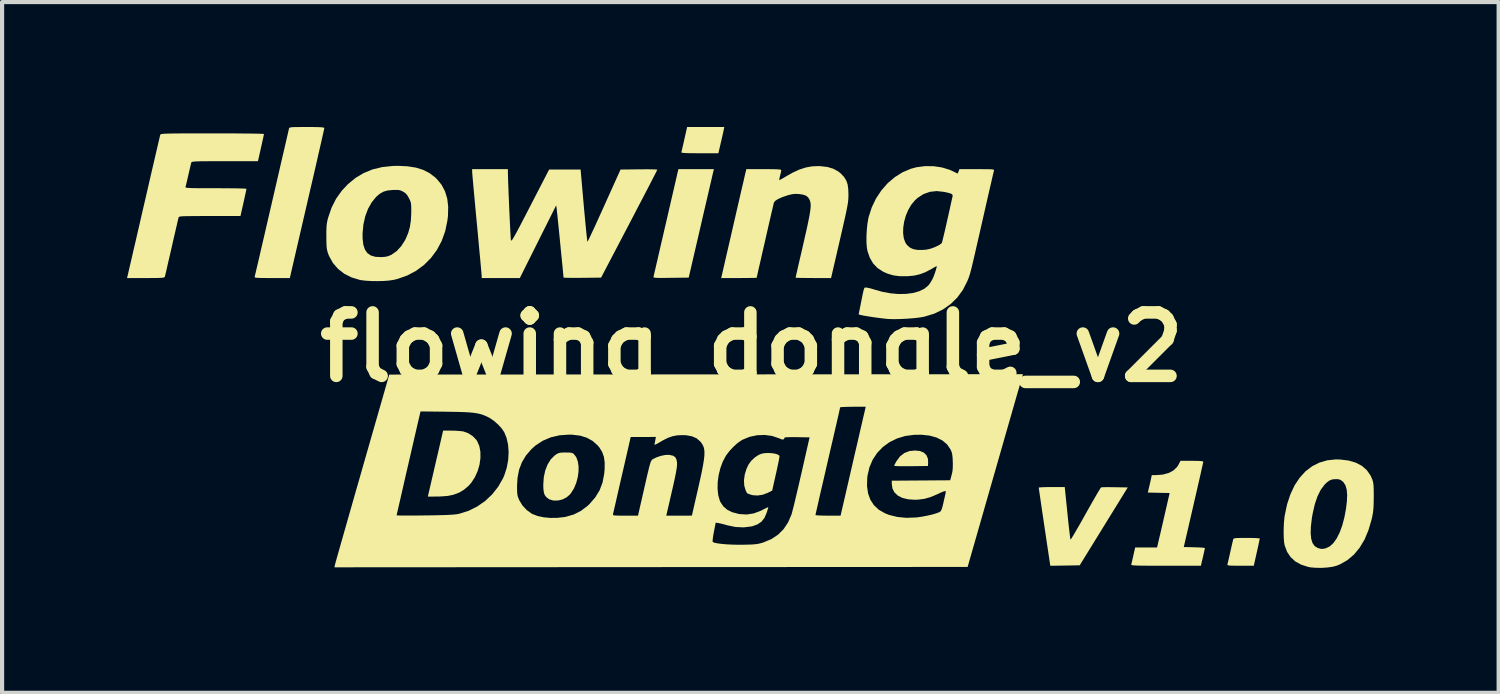
<source format=kicad_pcb>
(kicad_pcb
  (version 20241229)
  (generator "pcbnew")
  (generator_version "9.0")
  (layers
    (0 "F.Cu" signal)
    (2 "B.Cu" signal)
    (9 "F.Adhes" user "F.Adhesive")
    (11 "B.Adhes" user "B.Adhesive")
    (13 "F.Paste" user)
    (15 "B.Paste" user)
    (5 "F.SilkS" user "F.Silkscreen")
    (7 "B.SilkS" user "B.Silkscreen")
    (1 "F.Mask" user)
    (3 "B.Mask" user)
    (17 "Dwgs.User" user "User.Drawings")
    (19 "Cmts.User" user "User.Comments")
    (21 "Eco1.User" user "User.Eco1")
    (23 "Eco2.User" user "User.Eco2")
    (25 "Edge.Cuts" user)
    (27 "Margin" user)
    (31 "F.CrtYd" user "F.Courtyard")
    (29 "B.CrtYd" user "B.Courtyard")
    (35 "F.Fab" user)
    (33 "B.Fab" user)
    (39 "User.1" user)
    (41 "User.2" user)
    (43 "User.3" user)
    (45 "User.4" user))
  (footprint "flowing_dongle_v2"
    (layer "F.Cu")
    (at 15.004 5.286)
    (property "Reference" "flowing_dongle_v2" (at 0 0 0) (layer "F.SilkS") (effects (font (size 1.524 1.524) (thickness 0.3))))
    (attr board_only exclude_from_pos_files exclude_from_bom)
    (fp_poly (pts (xy 4.036 2.494) (xy 4.128 2.532) (xy 4.192 2.595) (xy 4.227 2.68) (xy 4.232 2.767) (xy 4.227 2.853) (xy 3.821 2.858) (xy 3.702 2.859) (xy 3.596 2.858) (xy 3.51 2.857) (xy 3.449 2.854) (xy 3.418 2.85) (xy 3.416 2.849) (xy 3.425 2.825) (xy 3.448 2.78) (xy 3.473 2.735) (xy 3.557 2.622) (xy 3.66 2.542) (xy 3.782 2.495) (xy 3.917 2.481)) (stroke (width 0) (type solid)) (fill yes) (layer "F.SilkS"))
    (fp_poly (pts (xy -0.675 -5.224) (xy -0.684 -5.182) (xy -0.699 -5.113) (xy -0.719 -5.024) (xy -0.742 -4.926) (xy -0.746 -4.909) (xy -0.805 -4.656) (xy -1.254 -4.656) (xy -1.402 -4.657) (xy -1.515 -4.658) (xy -1.597 -4.661) (xy -1.652 -4.665) (xy -1.683 -4.67) (xy -1.694 -4.677) (xy -1.694 -4.68) (xy -1.687 -4.706) (xy -1.674 -4.763) (xy -1.655 -4.842) (xy -1.633 -4.938) (xy -1.621 -4.995) (xy -1.555 -5.286) (xy -1.109 -5.286) (xy -0.663 -5.286)) (stroke (width 0) (type solid)) (fill yes) (layer "F.SilkS"))
    (fp_poly (pts (xy -7.124 2.006) (xy -7.031 2.012) (xy -6.955 2.02) (xy -6.928 2.024) (xy -6.811 2.066) (xy -6.704 2.136) (xy -6.618 2.224) (xy -6.597 2.255) (xy -6.545 2.374) (xy -6.519 2.512) (xy -6.518 2.663) (xy -6.54 2.82) (xy -6.585 2.975) (xy -6.651 3.122) (xy -6.737 3.254) (xy -6.801 3.327) (xy -6.911 3.421) (xy -7.029 3.492) (xy -7.162 3.542) (xy -7.316 3.573) (xy -7.497 3.586) (xy -7.569 3.587) (xy -7.781 3.588) (xy -7.72 3.325) (xy -7.699 3.234) (xy -7.671 3.114) (xy -7.638 2.973) (xy -7.603 2.82) (xy -7.567 2.663) (xy -7.536 2.533) (xy -7.414 2.004) (xy -7.219 2.004)) (stroke (width 0) (type solid)) (fill yes) (layer "F.SilkS"))
    (fp_poly (pts (xy -0.925 -4.222) (xy -0.932 -4.195) (xy -0.946 -4.134) (xy -0.967 -4.042) (xy -0.995 -3.922) (xy -1.028 -3.779) (xy -1.066 -3.614) (xy -1.109 -3.431) (xy -1.155 -3.233) (xy -1.203 -3.024) (xy -1.227 -2.92) (xy -1.517 -1.67) (xy -1.944 -1.665) (xy -2.082 -1.663) (xy -2.187 -1.663) (xy -2.262 -1.663) (xy -2.313 -1.666) (xy -2.344 -1.67) (xy -2.359 -1.677) (xy -2.363 -1.686) (xy -2.362 -1.693) (xy -2.356 -1.717) (xy -2.343 -1.775) (xy -2.322 -1.864) (xy -2.295 -1.981) (xy -2.262 -2.122) (xy -2.225 -2.285) (xy -2.183 -2.467) (xy -2.137 -2.664) (xy -2.089 -2.873) (xy -2.059 -3.001) (xy -1.765 -4.274) (xy -1.339 -4.275) (xy -0.913 -4.275)) (stroke (width 0) (type solid)) (fill yes) (layer "F.SilkS"))
    (fp_poly (pts (xy 0.474 2.545) (xy 0.553 2.557) (xy 0.617 2.576) (xy 0.655 2.601) (xy 0.663 2.615) (xy 0.66 2.641) (xy 0.65 2.699) (xy 0.634 2.782) (xy 0.612 2.884) (xy 0.587 3.001) (xy 0.577 3.044) (xy 0.487 3.445) (xy 0.378 3.499) (xy 0.26 3.543) (xy 0.138 3.562) (xy 0.024 3.555) (xy -0.029 3.541) (xy -0.077 3.523) (xy -0.107 3.513) (xy -0.111 3.512) (xy -0.121 3.496) (xy -0.141 3.456) (xy -0.153 3.43) (xy -0.184 3.321) (xy -0.19 3.193) (xy -0.171 3.056) (xy -0.128 2.918) (xy -0.081 2.819) (xy -0.016 2.729) (xy 0.07 2.648) (xy 0.164 2.586) (xy 0.228 2.56) (xy 0.303 2.545) (xy 0.388 2.541)) (stroke (width 0) (type solid)) (fill yes) (layer "F.SilkS"))
    (fp_poly (pts (xy -4.391 2.53) (xy -4.336 2.536) (xy -4.299 2.549) (xy -4.274 2.567) (xy -4.217 2.642) (xy -4.18 2.742) (xy -4.162 2.861) (xy -4.163 2.992) (xy -4.182 3.128) (xy -4.219 3.263) (xy -4.272 3.39) (xy -4.342 3.502) (xy -4.371 3.538) (xy -4.454 3.609) (xy -4.553 3.658) (xy -4.66 3.683) (xy -4.765 3.683) (xy -4.859 3.656) (xy -4.887 3.639) (xy -4.94 3.597) (xy -4.976 3.547) (xy -4.997 3.482) (xy -5.007 3.393) (xy -5.009 3.301) (xy -4.997 3.124) (xy -4.961 2.959) (xy -4.904 2.814) (xy -4.828 2.692) (xy -4.734 2.599) (xy -4.711 2.582) (xy -4.666 2.555) (xy -4.623 2.539) (xy -4.571 2.531) (xy -4.496 2.529) (xy -4.474 2.529)) (stroke (width 0) (type solid)) (fill yes) (layer "F.SilkS"))
    (fp_poly (pts (xy 11.985 4.581) (xy 12.075 4.583) (xy 12.144 4.587) (xy 12.185 4.591) (xy 12.194 4.594) (xy 12.19 4.617) (xy 12.179 4.67) (xy 12.163 4.748) (xy 12.142 4.844) (xy 12.123 4.928) (xy 12.051 5.248) (xy 11.73 5.248) (xy 11.613 5.248) (xy 11.528 5.246) (xy 11.471 5.244) (xy 11.438 5.239) (xy 11.421 5.232) (xy 11.417 5.222) (xy 11.419 5.215) (xy 11.426 5.184) (xy 11.44 5.125) (xy 11.459 5.044) (xy 11.48 4.948) (xy 11.488 4.914) (xy 11.51 4.816) (xy 11.53 4.728) (xy 11.546 4.661) (xy 11.555 4.62) (xy 11.557 4.613) (xy 11.564 4.601) (xy 11.58 4.592) (xy 11.611 4.586) (xy 11.662 4.582) (xy 11.738 4.581) (xy 11.846 4.58) (xy 11.881 4.58)) (stroke (width 0) (type solid)) (fill yes) (layer "F.SilkS"))
    (fp_poly (pts (xy 7.576 3.984) (xy 7.591 4.134) (xy 7.606 4.272) (xy 7.62 4.394) (xy 7.632 4.494) (xy 7.641 4.568) (xy 7.648 4.611) (xy 7.651 4.621) (xy 7.662 4.608) (xy 7.69 4.565) (xy 7.732 4.496) (xy 7.786 4.403) (xy 7.851 4.292) (xy 7.923 4.165) (xy 8.001 4.026) (xy 8.013 4.004) (xy 8.093 3.862) (xy 8.167 3.731) (xy 8.234 3.615) (xy 8.291 3.516) (xy 8.337 3.44) (xy 8.369 3.388) (xy 8.385 3.367) (xy 8.386 3.366) (xy 8.412 3.364) (xy 8.468 3.362) (xy 8.55 3.361) (xy 8.648 3.362) (xy 8.717 3.363) (xy 9.025 3.368) (xy 7.871 5.238) (xy 7.518 5.244) (xy 7.165 5.249) (xy 7.026 4.318) (xy 6.999 4.134) (xy 6.973 3.962) (xy 6.95 3.804) (xy 6.93 3.666) (xy 6.913 3.55) (xy 6.9 3.46) (xy 6.891 3.4) (xy 6.888 3.374) (xy 6.888 3.373) (xy 6.906 3.368) (xy 6.957 3.364) (xy 7.032 3.361) (xy 7.127 3.359) (xy 7.2 3.359) (xy 7.512 3.359)) (stroke (width 0) (type solid)) (fill yes) (layer "F.SilkS"))
    (fp_poly (pts (xy -10.542 -5.286) (xy -10.433 -5.284) (xy -10.354 -5.281) (xy -10.303 -5.276) (xy -10.275 -5.27) (xy -10.267 -5.262) (xy -10.271 -5.241) (xy -10.283 -5.184) (xy -10.303 -5.096) (xy -10.329 -4.979) (xy -10.362 -4.834) (xy -10.401 -4.665) (xy -10.444 -4.475) (xy -10.492 -4.265) (xy -10.544 -4.039) (xy -10.6 -3.799) (xy -10.658 -3.548) (xy -10.681 -3.449) (xy -11.095 -1.66) (xy -11.522 -1.66) (xy -11.66 -1.66) (xy -11.765 -1.661) (xy -11.84 -1.663) (xy -11.891 -1.666) (xy -11.921 -1.671) (xy -11.936 -1.677) (xy -11.94 -1.687) (xy -11.938 -1.694) (xy -11.933 -1.717) (xy -11.919 -1.774) (xy -11.898 -1.864) (xy -11.87 -1.983) (xy -11.836 -2.128) (xy -11.797 -2.297) (xy -11.753 -2.488) (xy -11.704 -2.698) (xy -11.652 -2.923) (xy -11.597 -3.162) (xy -11.539 -3.412) (xy -11.527 -3.464) (xy -11.469 -3.715) (xy -11.413 -3.957) (xy -11.36 -4.186) (xy -11.311 -4.4) (xy -11.266 -4.595) (xy -11.225 -4.77) (xy -11.19 -4.922) (xy -11.161 -5.047) (xy -11.139 -5.144) (xy -11.124 -5.21) (xy -11.116 -5.241) (xy -11.116 -5.243) (xy -11.112 -5.257) (xy -11.104 -5.268) (xy -11.087 -5.275) (xy -11.057 -5.28) (xy -11.008 -5.284) (xy -10.936 -5.285) (xy -10.837 -5.286) (xy -10.704 -5.286) (xy -10.686 -5.286)) (stroke (width 0) (type solid)) (fill yes) (layer "F.SilkS"))
    (fp_poly (pts (xy 10.679 2.73) (xy 10.759 2.733) (xy 10.809 2.738) (xy 10.834 2.746) (xy 10.838 2.753) (xy 10.834 2.775) (xy 10.822 2.832) (xy 10.802 2.918) (xy 10.777 3.032) (xy 10.746 3.168) (xy 10.71 3.324) (xy 10.671 3.497) (xy 10.628 3.682) (xy 10.604 3.788) (xy 10.37 4.799) (xy 10.624 4.805) (xy 10.717 4.808) (xy 10.795 4.812) (xy 10.85 4.817) (xy 10.876 4.823) (xy 10.877 4.824) (xy 10.873 4.848) (xy 10.862 4.899) (xy 10.846 4.969) (xy 10.839 5) (xy 10.821 5.079) (xy 10.804 5.148) (xy 10.793 5.196) (xy 10.791 5.205) (xy 10.781 5.248) (xy 9.941 5.248) (xy 9.74 5.248) (xy 9.573 5.248) (xy 9.439 5.247) (xy 9.333 5.246) (xy 9.251 5.244) (xy 9.192 5.241) (xy 9.152 5.238) (xy 9.126 5.234) (xy 9.113 5.228) (xy 9.109 5.221) (xy 9.11 5.215) (xy 9.118 5.182) (xy 9.132 5.123) (xy 9.15 5.045) (xy 9.161 4.995) (xy 9.203 4.809) (xy 9.729 4.809) (xy 9.788 4.556) (xy 9.812 4.456) (xy 9.841 4.329) (xy 9.874 4.188) (xy 9.907 4.042) (xy 9.939 3.903) (xy 10.031 3.502) (xy 9.769 3.497) (xy 9.507 3.491) (xy 9.535 3.372) (xy 9.554 3.291) (xy 9.573 3.208) (xy 9.583 3.163) (xy 9.602 3.072) (xy 9.702 3.072) (xy 9.865 3.06) (xy 10.005 3.022) (xy 10.121 2.961) (xy 10.208 2.878) (xy 10.245 2.82) (xy 10.291 2.729) (xy 10.565 2.729)) (stroke (width 0) (type solid)) (fill yes) (layer "F.SilkS"))
    (fp_poly (pts (xy 14.131 2.698) (xy 14.332 2.723) (xy 14.505 2.775) (xy 14.649 2.851) (xy 14.766 2.954) (xy 14.855 3.082) (xy 14.896 3.175) (xy 14.91 3.218) (xy 14.92 3.265) (xy 14.927 3.323) (xy 14.93 3.4) (xy 14.932 3.503) (xy 14.932 3.597) (xy 14.93 3.727) (xy 14.927 3.83) (xy 14.92 3.915) (xy 14.91 3.992) (xy 14.895 4.072) (xy 14.881 4.134) (xy 14.806 4.391) (xy 14.711 4.618) (xy 14.594 4.814) (xy 14.457 4.98) (xy 14.3 5.113) (xy 14.123 5.214) (xy 14.034 5.25) (xy 13.939 5.274) (xy 13.819 5.29) (xy 13.686 5.299) (xy 13.552 5.298) (xy 13.431 5.289) (xy 13.361 5.277) (xy 13.19 5.223) (xy 13.048 5.144) (xy 12.935 5.041) (xy 12.85 4.913) (xy 12.793 4.761) (xy 12.779 4.684) (xy 12.771 4.579) (xy 12.768 4.471) (xy 13.417 4.471) (xy 13.43 4.602) (xy 13.462 4.704) (xy 13.513 4.776) (xy 13.583 4.82) (xy 13.589 4.822) (xy 13.649 4.84) (xy 13.698 4.844) (xy 13.755 4.835) (xy 13.788 4.826) (xy 13.878 4.782) (xy 13.963 4.703) (xy 14.042 4.592) (xy 14.113 4.451) (xy 14.175 4.283) (xy 14.226 4.09) (xy 14.265 3.883) (xy 14.287 3.699) (xy 14.293 3.546) (xy 14.283 3.423) (xy 14.256 3.325) (xy 14.212 3.252) (xy 14.186 3.225) (xy 14.135 3.188) (xy 14.084 3.171) (xy 14.025 3.168) (xy 13.94 3.175) (xy 13.868 3.202) (xy 13.799 3.253) (xy 13.747 3.306) (xy 13.658 3.426) (xy 13.581 3.581) (xy 13.517 3.769) (xy 13.466 3.989) (xy 13.445 4.112) (xy 13.422 4.308) (xy 13.417 4.471) (xy 12.768 4.471) (xy 12.768 4.455) (xy 12.77 4.324) (xy 12.777 4.194) (xy 12.789 4.075) (xy 12.795 4.036) (xy 12.852 3.769) (xy 12.932 3.529) (xy 13.032 3.317) (xy 13.153 3.135) (xy 13.292 2.982) (xy 13.45 2.861) (xy 13.625 2.772) (xy 13.816 2.717) (xy 14.022 2.695)) (stroke (width 0) (type solid)) (fill yes) (layer "F.SilkS"))
    (fp_poly (pts (xy -8.27 -4.343) (xy -8.07 -4.312) (xy -7.895 -4.258) (xy -7.742 -4.18) (xy -7.606 -4.077) (xy -7.566 -4.039) (xy -7.452 -3.9) (xy -7.369 -3.743) (xy -7.315 -3.567) (xy -7.292 -3.37) (xy -7.298 -3.149) (xy -7.311 -3.041) (xy -7.363 -2.788) (xy -7.448 -2.552) (xy -7.562 -2.337) (xy -7.705 -2.143) (xy -7.872 -1.975) (xy -8.064 -1.833) (xy -8.277 -1.72) (xy -8.51 -1.638) (xy -8.612 -1.614) (xy -8.717 -1.599) (xy -8.848 -1.589) (xy -8.993 -1.586) (xy -9.139 -1.588) (xy -9.275 -1.596) (xy -9.388 -1.61) (xy -9.417 -1.616) (xy -9.614 -1.675) (xy -9.788 -1.763) (xy -9.936 -1.878) (xy -10.058 -2.019) (xy -10.151 -2.185) (xy -10.175 -2.244) (xy -10.191 -2.294) (xy -10.203 -2.344) (xy -10.211 -2.402) (xy -10.215 -2.478) (xy -10.217 -2.578) (xy -10.218 -2.653) (xy -10.218 -2.736) (xy -9.348 -2.736) (xy -9.347 -2.606) (xy -9.33 -2.459) (xy -9.292 -2.344) (xy -9.232 -2.258) (xy -9.148 -2.201) (xy -9.038 -2.169) (xy -8.9 -2.163) (xy -8.892 -2.163) (xy -8.802 -2.17) (xy -8.732 -2.186) (xy -8.666 -2.214) (xy -8.647 -2.224) (xy -8.528 -2.308) (xy -8.421 -2.424) (xy -8.33 -2.566) (xy -8.311 -2.603) (xy -8.252 -2.744) (xy -8.212 -2.885) (xy -8.189 -3.037) (xy -8.179 -3.214) (xy -8.179 -3.236) (xy -8.179 -3.335) (xy -8.181 -3.405) (xy -8.187 -3.457) (xy -8.198 -3.499) (xy -8.217 -3.543) (xy -8.234 -3.578) (xy -8.277 -3.651) (xy -8.322 -3.7) (xy -8.378 -3.736) (xy -8.425 -3.759) (xy -8.47 -3.772) (xy -8.524 -3.776) (xy -8.601 -3.775) (xy -8.626 -3.774) (xy -8.748 -3.762) (xy -8.846 -3.734) (xy -8.931 -3.686) (xy -9.017 -3.614) (xy -9.018 -3.613) (xy -9.126 -3.482) (xy -9.216 -3.324) (xy -9.284 -3.143) (xy -9.328 -2.945) (xy -9.348 -2.736) (xy -10.218 -2.736) (xy -10.218 -2.775) (xy -10.215 -2.87) (xy -10.209 -2.946) (xy -10.198 -3.013) (xy -10.183 -3.08) (xy -10.175 -3.109) (xy -10.093 -3.349) (xy -9.984 -3.564) (xy -9.846 -3.758) (xy -9.7 -3.914) (xy -9.517 -4.064) (xy -9.321 -4.181) (xy -9.109 -4.268) (xy -8.877 -4.324) (xy -8.622 -4.351) (xy -8.499 -4.354)) (stroke (width 0) (type solid)) (fill yes) (layer "F.SilkS"))
    (fp_poly (pts (xy -5.859 -4.222) (xy -5.858 -4.171) (xy -5.856 -4.09) (xy -5.853 -3.984) (xy -5.848 -3.858) (xy -5.843 -3.717) (xy -5.836 -3.566) (xy -5.83 -3.41) (xy -5.823 -3.254) (xy -5.816 -3.102) (xy -5.809 -2.96) (xy -5.803 -2.833) (xy -5.797 -2.725) (xy -5.792 -2.642) (xy -5.788 -2.588) (xy -5.786 -2.569) (xy -5.781 -2.56) (xy -5.773 -2.56) (xy -5.761 -2.572) (xy -5.741 -2.599) (xy -5.715 -2.643) (xy -5.679 -2.707) (xy -5.632 -2.792) (xy -5.574 -2.901) (xy -5.503 -3.038) (xy -5.417 -3.203) (xy -5.321 -3.39) (xy -4.869 -4.265) (xy -4.113 -4.265) (xy -4.037 -3.403) (xy -4.021 -3.226) (xy -4.005 -3.06) (xy -3.991 -2.91) (xy -3.978 -2.78) (xy -3.967 -2.673) (xy -3.958 -2.593) (xy -3.952 -2.545) (xy -3.949 -2.531) (xy -3.94 -2.545) (xy -3.916 -2.592) (xy -3.88 -2.667) (xy -3.833 -2.767) (xy -3.776 -2.888) (xy -3.712 -3.029) (xy -3.641 -3.185) (xy -3.565 -3.353) (xy -3.547 -3.393) (xy -3.154 -4.265) (xy -2.713 -4.27) (xy -2.587 -4.271) (xy -2.476 -4.271) (xy -2.384 -4.269) (xy -2.316 -4.267) (xy -2.278 -4.263) (xy -2.272 -4.261) (xy -2.28 -4.242) (xy -2.305 -4.192) (xy -2.346 -4.113) (xy -2.399 -4.009) (xy -2.465 -3.881) (xy -2.542 -3.733) (xy -2.629 -3.566) (xy -2.724 -3.385) (xy -2.825 -3.19) (xy -2.932 -2.985) (xy -2.946 -2.958) (xy -3.621 -1.67) (xy -4.072 -1.665) (xy -4.198 -1.664) (xy -4.311 -1.664) (xy -4.405 -1.665) (xy -4.475 -1.667) (xy -4.515 -1.67) (xy -4.523 -1.672) (xy -4.525 -1.695) (xy -4.53 -1.752) (xy -4.538 -1.837) (xy -4.548 -1.945) (xy -4.561 -2.072) (xy -4.575 -2.213) (xy -4.59 -2.363) (xy -4.605 -2.518) (xy -4.62 -2.671) (xy -4.635 -2.819) (xy -4.649 -2.957) (xy -4.662 -3.08) (xy -4.672 -3.183) (xy -4.681 -3.261) (xy -4.686 -3.309) (xy -4.687 -3.321) (xy -4.699 -3.406) (xy -5.136 -2.533) (xy -5.572 -1.66) (xy -6.488 -1.66) (xy -6.488 -1.704) (xy -6.49 -1.73) (xy -6.495 -1.791) (xy -6.503 -1.883) (xy -6.514 -2.003) (xy -6.527 -2.148) (xy -6.543 -2.314) (xy -6.56 -2.498) (xy -6.578 -2.697) (xy -6.598 -2.907) (xy -6.603 -2.956) (xy -6.623 -3.169) (xy -6.642 -3.371) (xy -6.659 -3.559) (xy -6.675 -3.731) (xy -6.689 -3.882) (xy -6.7 -4.01) (xy -6.709 -4.111) (xy -6.715 -4.181) (xy -6.717 -4.217) (xy -6.717 -4.22) (xy -6.717 -4.275) (xy -5.859 -4.275)) (stroke (width 0) (type solid)) (fill yes) (layer "F.SilkS"))
    (fp_poly (pts (xy 1.648 -4.346) (xy 1.816 -4.326) (xy 1.956 -4.284) (xy 2.074 -4.219) (xy 2.139 -4.166) (xy 2.213 -4.087) (xy 2.265 -4.004) (xy 2.298 -3.91) (xy 2.314 -3.796) (xy 2.318 -3.674) (xy 2.318 -3.624) (xy 2.316 -3.576) (xy 2.313 -3.528) (xy 2.307 -3.475) (xy 2.297 -3.413) (xy 2.283 -3.338) (xy 2.265 -3.247) (xy 2.241 -3.136) (xy 2.21 -3) (xy 2.173 -2.836) (xy 2.128 -2.64) (xy 2.11 -2.562) (xy 1.901 -1.66) (xy 1.475 -1.66) (xy 1.352 -1.661) (xy 1.243 -1.662) (xy 1.154 -1.663) (xy 1.089 -1.665) (xy 1.054 -1.667) (xy 1.05 -1.668) (xy 1.054 -1.688) (xy 1.065 -1.741) (xy 1.084 -1.821) (xy 1.107 -1.924) (xy 1.135 -2.046) (xy 1.166 -2.181) (xy 1.175 -2.217) (xy 1.23 -2.457) (xy 1.277 -2.664) (xy 1.317 -2.839) (xy 1.348 -2.986) (xy 1.373 -3.109) (xy 1.391 -3.209) (xy 1.403 -3.291) (xy 1.41 -3.357) (xy 1.412 -3.41) (xy 1.409 -3.454) (xy 1.402 -3.49) (xy 1.391 -3.524) (xy 1.385 -3.539) (xy 1.349 -3.599) (xy 1.295 -3.64) (xy 1.217 -3.665) (xy 1.13 -3.677) (xy 1.041 -3.681) (xy 0.962 -3.672) (xy 0.872 -3.65) (xy 0.857 -3.646) (xy 0.726 -3.601) (xy 0.626 -3.556) (xy 0.56 -3.513) (xy 0.529 -3.472) (xy 0.528 -3.469) (xy 0.52 -3.438) (xy 0.506 -3.375) (xy 0.485 -3.286) (xy 0.459 -3.174) (xy 0.429 -3.044) (xy 0.396 -2.901) (xy 0.361 -2.748) (xy 0.325 -2.59) (xy 0.289 -2.431) (xy 0.253 -2.277) (xy 0.22 -2.13) (xy 0.189 -1.996) (xy 0.162 -1.88) (xy 0.141 -1.784) (xy 0.125 -1.714) (xy 0.116 -1.675) (xy 0.115 -1.667) (xy 0.096 -1.665) (xy 0.045 -1.663) (xy -0.033 -1.662) (xy -0.133 -1.661) (xy -0.25 -1.66) (xy -0.311 -1.66) (xy -0.737 -1.66) (xy -0.448 -2.915) (xy -0.399 -3.129) (xy -0.352 -3.333) (xy -0.308 -3.524) (xy -0.268 -3.698) (xy -0.232 -3.853) (xy -0.201 -3.985) (xy -0.177 -4.092) (xy -0.159 -4.169) (xy -0.148 -4.213) (xy -0.146 -4.222) (xy -0.133 -4.275) (xy 0.287 -4.275) (xy 0.43 -4.274) (xy 0.54 -4.273) (xy 0.618 -4.27) (xy 0.67 -4.265) (xy 0.698 -4.259) (xy 0.706 -4.251) (xy 0.701 -4.22) (xy 0.689 -4.166) (xy 0.678 -4.123) (xy 0.664 -4.065) (xy 0.657 -4.025) (xy 0.657 -4.012) (xy 0.675 -4.018) (xy 0.717 -4.04) (xy 0.776 -4.074) (xy 0.795 -4.086) (xy 0.976 -4.189) (xy 1.141 -4.265) (xy 1.297 -4.315) (xy 1.449 -4.342) (xy 1.605 -4.348)) (stroke (width 0) (type solid)) (fill yes) (layer "F.SilkS"))
    (fp_poly (pts (xy -12.743 -5.133) (xy -12.541 -5.133) (xy -12.353 -5.132) (xy -12.184 -5.13) (xy -12.036 -5.129) (xy -11.912 -5.127) (xy -11.816 -5.125) (xy -11.751 -5.122) (xy -11.719 -5.12) (xy -11.716 -5.119) (xy -11.72 -5.097) (xy -11.731 -5.043) (xy -11.748 -4.966) (xy -11.769 -4.87) (xy -11.788 -4.785) (xy -11.86 -4.466) (xy -12.656 -4.466) (xy -12.851 -4.465) (xy -13.012 -4.465) (xy -13.142 -4.464) (xy -13.243 -4.463) (xy -13.321 -4.461) (xy -13.377 -4.458) (xy -13.415 -4.454) (xy -13.44 -4.449) (xy -13.453 -4.443) (xy -13.46 -4.435) (xy -13.461 -4.432) (xy -13.469 -4.402) (xy -13.483 -4.342) (xy -13.502 -4.261) (xy -13.524 -4.167) (xy -13.53 -4.141) (xy -13.552 -4.044) (xy -13.572 -3.959) (xy -13.588 -3.893) (xy -13.598 -3.855) (xy -13.599 -3.85) (xy -13.6 -3.842) (xy -13.594 -3.835) (xy -13.578 -3.829) (xy -13.548 -3.825) (xy -13.502 -3.822) (xy -13.435 -3.819) (xy -13.344 -3.818) (xy -13.226 -3.817) (xy -13.076 -3.817) (xy -12.893 -3.817) (xy -12.873 -3.817) (xy -12.71 -3.816) (xy -12.559 -3.815) (xy -12.425 -3.814) (xy -12.311 -3.812) (xy -12.223 -3.809) (xy -12.164 -3.806) (xy -12.137 -3.803) (xy -12.137 -3.802) (xy -12.14 -3.78) (xy -12.151 -3.727) (xy -12.168 -3.649) (xy -12.189 -3.553) (xy -12.208 -3.468) (xy -12.28 -3.149) (xy -13.018 -3.149) (xy -13.206 -3.149) (xy -13.359 -3.148) (xy -13.481 -3.147) (xy -13.576 -3.146) (xy -13.647 -3.144) (xy -13.697 -3.141) (xy -13.731 -3.136) (xy -13.751 -3.131) (xy -13.762 -3.124) (xy -13.766 -3.115) (xy -13.772 -3.09) (xy -13.786 -3.031) (xy -13.806 -2.944) (xy -13.832 -2.833) (xy -13.862 -2.702) (xy -13.896 -2.557) (xy -13.93 -2.405) (xy -13.966 -2.248) (xy -14 -2.103) (xy -14.03 -1.973) (xy -14.055 -1.862) (xy -14.075 -1.776) (xy -14.089 -1.718) (xy -14.095 -1.694) (xy -14.101 -1.683) (xy -14.115 -1.675) (xy -14.14 -1.669) (xy -14.183 -1.665) (xy -14.247 -1.662) (xy -14.337 -1.661) (xy -14.457 -1.66) (xy -14.554 -1.66) (xy -15.004 -1.66) (xy -14.992 -1.708) (xy -14.986 -1.733) (xy -14.972 -1.793) (xy -14.951 -1.884) (xy -14.923 -2.004) (xy -14.889 -2.151) (xy -14.85 -2.321) (xy -14.805 -2.512) (xy -14.757 -2.721) (xy -14.705 -2.945) (xy -14.651 -3.182) (xy -14.598 -3.411) (xy -14.541 -3.656) (xy -14.487 -3.892) (xy -14.436 -4.114) (xy -14.388 -4.32) (xy -14.344 -4.509) (xy -14.305 -4.676) (xy -14.272 -4.819) (xy -14.245 -4.936) (xy -14.224 -5.024) (xy -14.211 -5.079) (xy -14.206 -5.1) (xy -14.202 -5.107) (xy -14.193 -5.112) (xy -14.176 -5.117) (xy -14.149 -5.121) (xy -14.108 -5.125) (xy -14.052 -5.127) (xy -13.976 -5.129) (xy -13.879 -5.131) (xy -13.758 -5.132) (xy -13.61 -5.133) (xy -13.432 -5.133) (xy -13.221 -5.133) (xy -12.976 -5.133) (xy -12.956 -5.133)) (stroke (width 0) (type solid)) (fill yes) (layer "F.SilkS"))
    (fp_poly (pts (xy 4.365 -4.345) (xy 4.565 -4.315) (xy 4.749 -4.259) (xy 4.813 -4.23) (xy 4.941 -4.168) (xy 4.963 -4.221) (xy 4.985 -4.275) (xy 5.404 -4.275) (xy 5.541 -4.274) (xy 5.644 -4.274) (xy 5.718 -4.272) (xy 5.768 -4.269) (xy 5.797 -4.264) (xy 5.811 -4.257) (xy 5.814 -4.248) (xy 5.813 -4.241) (xy 5.807 -4.217) (xy 5.793 -4.159) (xy 5.772 -4.07) (xy 5.746 -3.954) (xy 5.713 -3.814) (xy 5.676 -3.653) (xy 5.635 -3.474) (xy 5.591 -3.28) (xy 5.545 -3.076) (xy 5.535 -3.034) (xy 5.479 -2.787) (xy 5.43 -2.573) (xy 5.388 -2.391) (xy 5.353 -2.237) (xy 5.323 -2.109) (xy 5.298 -2.003) (xy 5.278 -1.917) (xy 5.26 -1.847) (xy 5.245 -1.791) (xy 5.232 -1.746) (xy 5.22 -1.709) (xy 5.209 -1.676) (xy 5.197 -1.645) (xy 5.184 -1.614) (xy 5.172 -1.584) (xy 5.066 -1.375) (xy 4.932 -1.192) (xy 4.771 -1.034) (xy 4.586 -0.905) (xy 4.377 -0.804) (xy 4.146 -0.734) (xy 4.104 -0.725) (xy 3.997 -0.708) (xy 3.863 -0.694) (xy 3.714 -0.683) (xy 3.562 -0.676) (xy 3.418 -0.673) (xy 3.293 -0.676) (xy 3.244 -0.679) (xy 3.165 -0.688) (xy 3.067 -0.7) (xy 2.96 -0.714) (xy 2.853 -0.73) (xy 2.757 -0.745) (xy 2.68 -0.758) (xy 2.641 -0.766) (xy 2.563 -0.786) (xy 2.608 -1.008) (xy 2.635 -1.145) (xy 2.656 -1.249) (xy 2.672 -1.324) (xy 2.685 -1.376) (xy 2.695 -1.408) (xy 2.705 -1.425) (xy 2.715 -1.432) (xy 2.728 -1.432) (xy 2.745 -1.431) (xy 2.746 -1.431) (xy 2.79 -1.425) (xy 2.856 -1.409) (xy 2.93 -1.387) (xy 2.935 -1.385) (xy 3.132 -1.329) (xy 3.328 -1.293) (xy 3.519 -1.276) (xy 3.701 -1.279) (xy 3.868 -1.301) (xy 4.015 -1.342) (xy 4.139 -1.401) (xy 4.234 -1.479) (xy 4.239 -1.484) (xy 4.282 -1.543) (xy 4.326 -1.616) (xy 4.346 -1.656) (xy 4.371 -1.715) (xy 4.395 -1.782) (xy 4.416 -1.848) (xy 4.432 -1.903) (xy 4.438 -1.938) (xy 4.436 -1.947) (xy 4.418 -1.938) (xy 4.375 -1.914) (xy 4.318 -1.881) (xy 4.314 -1.879) (xy 4.17 -1.802) (xy 4.036 -1.751) (xy 3.898 -1.719) (xy 3.742 -1.704) (xy 3.731 -1.704) (xy 3.554 -1.704) (xy 3.402 -1.723) (xy 3.263 -1.763) (xy 3.154 -1.811) (xy 3.019 -1.898) (xy 2.912 -2.009) (xy 2.831 -2.147) (xy 2.775 -2.309) (xy 2.759 -2.405) (xy 2.751 -2.527) (xy 2.751 -2.666) (xy 2.755 -2.735) (xy 3.631 -2.735) (xy 3.648 -2.612) (xy 3.686 -2.509) (xy 3.728 -2.449) (xy 3.797 -2.389) (xy 3.879 -2.352) (xy 3.981 -2.335) (xy 4.093 -2.334) (xy 4.195 -2.343) (xy 4.285 -2.363) (xy 4.383 -2.398) (xy 4.395 -2.404) (xy 4.484 -2.445) (xy 4.541 -2.482) (xy 4.562 -2.507) (xy 4.571 -2.536) (xy 4.586 -2.597) (xy 4.607 -2.684) (xy 4.633 -2.793) (xy 4.662 -2.919) (xy 4.692 -3.055) (xy 4.694 -3.063) (xy 4.725 -3.2) (xy 4.753 -3.326) (xy 4.777 -3.436) (xy 4.797 -3.526) (xy 4.811 -3.588) (xy 4.818 -3.62) (xy 4.819 -3.62) (xy 4.82 -3.649) (xy 4.806 -3.671) (xy 4.77 -3.69) (xy 4.708 -3.708) (xy 4.613 -3.729) (xy 4.612 -3.729) (xy 4.438 -3.748) (xy 4.274 -3.73) (xy 4.121 -3.676) (xy 3.981 -3.586) (xy 3.915 -3.526) (xy 3.827 -3.42) (xy 3.754 -3.295) (xy 3.696 -3.157) (xy 3.656 -3.014) (xy 3.634 -2.871) (xy 3.631 -2.735) (xy 2.755 -2.735) (xy 2.759 -2.812) (xy 2.773 -2.954) (xy 2.794 -3.082) (xy 2.804 -3.128) (xy 2.879 -3.358) (xy 2.981 -3.571) (xy 3.11 -3.765) (xy 3.26 -3.937) (xy 3.431 -4.082) (xy 3.617 -4.199) (xy 3.817 -4.284) (xy 3.955 -4.321) (xy 4.158 -4.347)) (stroke (width 0) (type solid)) (fill yes) (layer "F.SilkS"))
    (fp_poly (pts (xy 6.496 0.692) (xy 6.489 0.715) (xy 6.472 0.773) (xy 6.446 0.863) (xy 6.412 0.983) (xy 6.369 1.131) (xy 6.319 1.304) (xy 6.263 1.5) (xy 6.201 1.717) (xy 6.133 1.952) (xy 6.061 2.204) (xy 5.985 2.47) (xy 5.905 2.748) (xy 5.831 3.006) (xy 5.18 5.277) (xy -2.422 5.281) (xy -10.023 5.286) (xy -10.011 5.224) (xy -10.004 5.198) (xy -9.988 5.138) (xy -9.962 5.045) (xy -9.927 4.923) (xy -9.885 4.774) (xy -9.851 4.653) (xy -0.944 4.653) (xy -0.941 4.677) (xy -0.905 4.694) (xy -0.837 4.709) (xy -0.742 4.722) (xy -0.627 4.733) (xy -0.496 4.74) (xy -0.357 4.744) (xy -0.219 4.744) (xy -0.092 4.741) (xy 0.005 4.738) (xy 0.08 4.732) (xy 0.141 4.724) (xy 0.195 4.712) (xy 0.252 4.696) (xy 0.28 4.687) (xy 0.467 4.609) (xy 0.627 4.503) (xy 0.761 4.37) (xy 0.868 4.209) (xy 0.946 4.03) (xy 1.527 4.03) (xy 1.545 4.035) (xy 1.594 4.04) (xy 1.669 4.043) (xy 1.763 4.045) (xy 1.828 4.046) (xy 2.129 4.046) (xy 2.294 3.333) (xy 2.764 3.333) (xy 2.789 3.51) (xy 2.845 3.664) (xy 2.931 3.795) (xy 3.048 3.904) (xy 3.194 3.988) (xy 3.292 4.027) (xy 3.494 4.077) (xy 3.709 4.098) (xy 3.943 4.089) (xy 3.988 4.084) (xy 4.096 4.068) (xy 4.21 4.046) (xy 4.32 4.021) (xy 4.416 3.993) (xy 4.488 3.967) (xy 4.503 3.96) (xy 4.526 3.945) (xy 4.544 3.922) (xy 4.56 3.884) (xy 4.578 3.824) (xy 4.599 3.736) (xy 4.605 3.708) (xy 4.625 3.62) (xy 4.642 3.545) (xy 4.653 3.492) (xy 4.657 3.469) (xy 4.657 3.468) (xy 4.648 3.456) (xy 4.62 3.459) (xy 4.569 3.477) (xy 4.49 3.513) (xy 4.457 3.529) (xy 4.295 3.598) (xy 4.145 3.641) (xy 3.993 3.661) (xy 3.908 3.664) (xy 3.746 3.652) (xy 3.61 3.618) (xy 3.501 3.562) (xy 3.422 3.486) (xy 3.374 3.391) (xy 3.359 3.283) (xy 3.359 3.206) (xy 4.06 3.201) (xy 4.761 3.196) (xy 4.795 3.072) (xy 4.814 2.991) (xy 4.823 2.904) (xy 4.825 2.797) (xy 4.823 2.748) (xy 4.819 2.651) (xy 4.811 2.581) (xy 4.799 2.526) (xy 4.779 2.477) (xy 4.766 2.45) (xy 4.685 2.333) (xy 4.574 2.24) (xy 4.435 2.17) (xy 4.268 2.124) (xy 4.077 2.103) (xy 3.904 2.104) (xy 3.686 2.132) (xy 3.486 2.192) (xy 3.304 2.281) (xy 3.145 2.397) (xy 3.009 2.538) (xy 2.901 2.701) (xy 2.823 2.883) (xy 2.776 3.084) (xy 2.77 3.135) (xy 2.764 3.333) (xy 2.294 3.333) (xy 2.421 2.781) (xy 2.47 2.567) (xy 2.518 2.363) (xy 2.562 2.172) (xy 2.602 1.997) (xy 2.638 1.843) (xy 2.668 1.711) (xy 2.693 1.605) (xy 2.711 1.528) (xy 2.721 1.484) (xy 2.723 1.474) (xy 2.733 1.431) (xy 2.426 1.431) (xy 2.322 1.432) (xy 2.234 1.435) (xy 2.166 1.438) (xy 2.126 1.443) (xy 2.118 1.446) (xy 2.114 1.467) (xy 2.102 1.522) (xy 2.083 1.608) (xy 2.057 1.722) (xy 2.025 1.861) (xy 1.988 2.021) (xy 1.947 2.201) (xy 1.901 2.396) (xy 1.853 2.605) (xy 1.822 2.738) (xy 1.773 2.952) (xy 1.726 3.156) (xy 1.682 3.346) (xy 1.642 3.518) (xy 1.607 3.671) (xy 1.578 3.801) (xy 1.554 3.905) (xy 1.537 3.979) (xy 1.528 4.021) (xy 1.527 4.03) (xy 0.946 4.03) (xy 0.95 4.02) (xy 0.954 4.008) (xy 0.966 3.963) (xy 0.986 3.886) (xy 1.013 3.781) (xy 1.044 3.651) (xy 1.079 3.502) (xy 1.118 3.338) (xy 1.158 3.163) (xy 1.19 3.025) (xy 1.385 2.166) (xy 1.089 2.161) (xy 0.987 2.16) (xy 0.899 2.161) (xy 0.833 2.163) (xy 0.794 2.167) (xy 0.787 2.17) (xy 0.77 2.205) (xy 0.747 2.219) (xy 0.707 2.211) (xy 0.647 2.186) (xy 0.482 2.131) (xy 0.305 2.108) (xy 0.123 2.115) (xy -0.056 2.153) (xy -0.222 2.221) (xy -0.256 2.241) (xy -0.344 2.302) (xy -0.438 2.387) (xy -0.53 2.484) (xy -0.608 2.584) (xy -0.625 2.609) (xy -0.699 2.748) (xy -0.757 2.905) (xy -0.798 3.071) (xy -0.821 3.241) (xy -0.824 3.404) (xy -0.808 3.555) (xy -0.771 3.684) (xy -0.756 3.718) (xy -0.685 3.824) (xy -0.591 3.905) (xy -0.47 3.964) (xy -0.32 4.003) (xy -0.293 4.008) (xy -0.123 4.018) (xy 0.043 3.992) (xy 0.208 3.931) (xy 0.246 3.912) (xy 0.312 3.878) (xy 0.362 3.854) (xy 0.391 3.842) (xy 0.394 3.841) (xy 0.39 3.86) (xy 0.377 3.906) (xy 0.357 3.969) (xy 0.354 3.978) (xy 0.301 4.1) (xy 0.23 4.19) (xy 0.137 4.254) (xy 0.016 4.298) (xy -0.009 4.304) (xy -0.195 4.327) (xy -0.391 4.318) (xy -0.587 4.278) (xy -0.601 4.274) (xy -0.678 4.252) (xy -0.751 4.234) (xy -0.802 4.224) (xy -0.869 4.214) (xy -0.913 4.438) (xy -0.929 4.526) (xy -0.939 4.601) (xy -0.944 4.653) (xy -9.851 4.653) (xy -9.835 4.599) (xy -9.779 4.401) (xy -9.717 4.183) (xy -9.675 4.037) (xy -8.53 4.037) (xy -8.512 4.04) (xy -8.46 4.042) (xy -8.378 4.043) (xy -8.271 4.043) (xy -8.142 4.043) (xy -7.997 4.042) (xy -7.848 4.04) (xy -7.656 4.038) (xy -7.497 4.034) (xy -7.368 4.031) (xy -7.264 4.026) (xy -7.181 4.021) (xy -7.115 4.015) (xy -7.061 4.007) (xy -7.023 3.999) (xy -6.803 3.93) (xy -6.597 3.827) (xy -6.406 3.695) (xy -6.237 3.535) (xy -6.093 3.353) (xy -6.08 3.33) (xy -5.639 3.33) (xy -5.638 3.43) (xy -5.635 3.502) (xy -5.628 3.557) (xy -5.615 3.604) (xy -5.595 3.653) (xy -5.584 3.678) (xy -5.51 3.8) (xy -5.409 3.909) (xy -5.292 3.994) (xy -5.267 4.007) (xy -5.146 4.054) (xy -5 4.085) (xy -4.838 4.1) (xy -4.669 4.098) (xy -4.505 4.08) (xy -4.469 4.073) (xy -4.303 4.025) (xy -3.336 4.025) (xy -3.327 4.034) (xy -3.302 4.04) (xy -3.257 4.043) (xy -3.186 4.045) (xy -3.084 4.046) (xy -3.04 4.046) (xy -2.735 4.046) (xy -2.584 3.384) (xy -2.544 3.21) (xy -2.512 3.069) (xy -2.485 2.958) (xy -2.464 2.872) (xy -2.446 2.809) (xy -2.432 2.764) (xy -2.418 2.733) (xy -2.406 2.713) (xy -2.393 2.699) (xy -2.377 2.689) (xy -2.376 2.688) (xy -2.288 2.644) (xy -2.185 2.61) (xy -2.082 2.589) (xy -1.993 2.585) (xy -1.98 2.587) (xy -1.895 2.606) (xy -1.841 2.64) (xy -1.811 2.697) (xy -1.798 2.771) (xy -1.797 2.804) (xy -1.799 2.843) (xy -1.804 2.892) (xy -1.813 2.953) (xy -1.827 3.031) (xy -1.847 3.129) (xy -1.873 3.25) (xy -1.906 3.397) (xy -1.947 3.574) (xy -1.995 3.785) (xy -2.002 3.812) (xy -2.056 4.046) (xy -1.441 4.045) (xy -1.289 3.382) (xy -1.241 3.168) (xy -1.202 2.987) (xy -1.173 2.835) (xy -1.153 2.71) (xy -1.141 2.606) (xy -1.139 2.522) (xy -1.145 2.452) (xy -1.16 2.393) (xy -1.184 2.342) (xy -1.215 2.295) (xy -1.242 2.262) (xy -1.329 2.188) (xy -1.44 2.14) (xy -1.577 2.115) (xy -1.67 2.112) (xy -1.791 2.117) (xy -1.899 2.137) (xy -2.006 2.173) (xy -2.122 2.23) (xy -2.206 2.278) (xy -2.278 2.32) (xy -2.322 2.34) (xy -2.34 2.34) (xy -2.34 2.332) (xy -2.33 2.292) (xy -2.319 2.236) (xy -2.318 2.228) (xy -2.305 2.156) (xy -2.91 2.157) (xy -3.119 3.068) (xy -3.161 3.249) (xy -3.2 3.42) (xy -3.236 3.577) (xy -3.267 3.715) (xy -3.294 3.831) (xy -3.315 3.922) (xy -3.329 3.983) (xy -3.336 4.011) (xy -3.336 4.012) (xy -3.336 4.025) (xy -4.303 4.025) (xy -4.278 4.018) (xy -4.106 3.932) (xy -3.948 3.813) (xy -3.893 3.76) (xy -3.759 3.604) (xy -3.657 3.437) (xy -3.587 3.253) (xy -3.547 3.048) (xy -3.536 2.927) (xy -3.535 2.766) (xy -3.554 2.631) (xy -3.596 2.515) (xy -3.661 2.41) (xy -3.705 2.357) (xy -3.824 2.252) (xy -3.962 2.175) (xy -4.123 2.125) (xy -4.31 2.102) (xy -4.392 2.1) (xy -4.618 2.116) (xy -4.828 2.165) (xy -5.021 2.247) (xy -5.194 2.36) (xy -5.294 2.449) (xy -5.425 2.602) (xy -5.523 2.765) (xy -5.59 2.942) (xy -5.628 3.139) (xy -5.639 3.33) (xy -6.08 3.33) (xy -5.977 3.151) (xy -5.945 3.077) (xy -5.887 2.898) (xy -5.852 2.711) (xy -5.841 2.523) (xy -5.854 2.343) (xy -5.891 2.177) (xy -5.948 2.039) (xy -6.009 1.95) (xy -6.093 1.858) (xy -6.19 1.773) (xy -6.287 1.705) (xy -6.315 1.69) (xy -6.384 1.656) (xy -6.449 1.629) (xy -6.517 1.607) (xy -6.59 1.59) (xy -6.675 1.577) (xy -6.775 1.567) (xy -6.897 1.56) (xy -7.044 1.555) (xy -7.222 1.552) (xy -7.332 1.55) (xy -7.956 1.543) (xy -7.967 1.587) (xy -7.981 1.648) (xy -8.002 1.738) (xy -8.029 1.852) (xy -8.06 1.988) (xy -8.096 2.141) (xy -8.134 2.309) (xy -8.175 2.486) (xy -8.217 2.669) (xy -8.26 2.855) (xy -8.303 3.04) (xy -8.344 3.22) (xy -8.383 3.392) (xy -8.42 3.551) (xy -8.452 3.694) (xy -8.481 3.817) (xy -8.503 3.916) (xy -8.52 3.988) (xy -8.529 4.029) (xy -8.53 4.037) (xy -9.675 4.037) (xy -9.649 3.946) (xy -9.577 3.693) (xy -9.501 3.427) (xy -9.421 3.149) (xy -9.353 2.91) (xy -8.707 0.658) (xy -1.098 0.654) (xy 6.51 0.649)) (stroke (width 0) (type solid)) (fill yes) (layer "F.SilkS")))
  (gr_rect
    (start -3 -3)
    (end 32.935 13.585)
    (stroke (width 0.1) (type default))
    (fill no)
    (layer "Edge.Cuts")))
</source>
